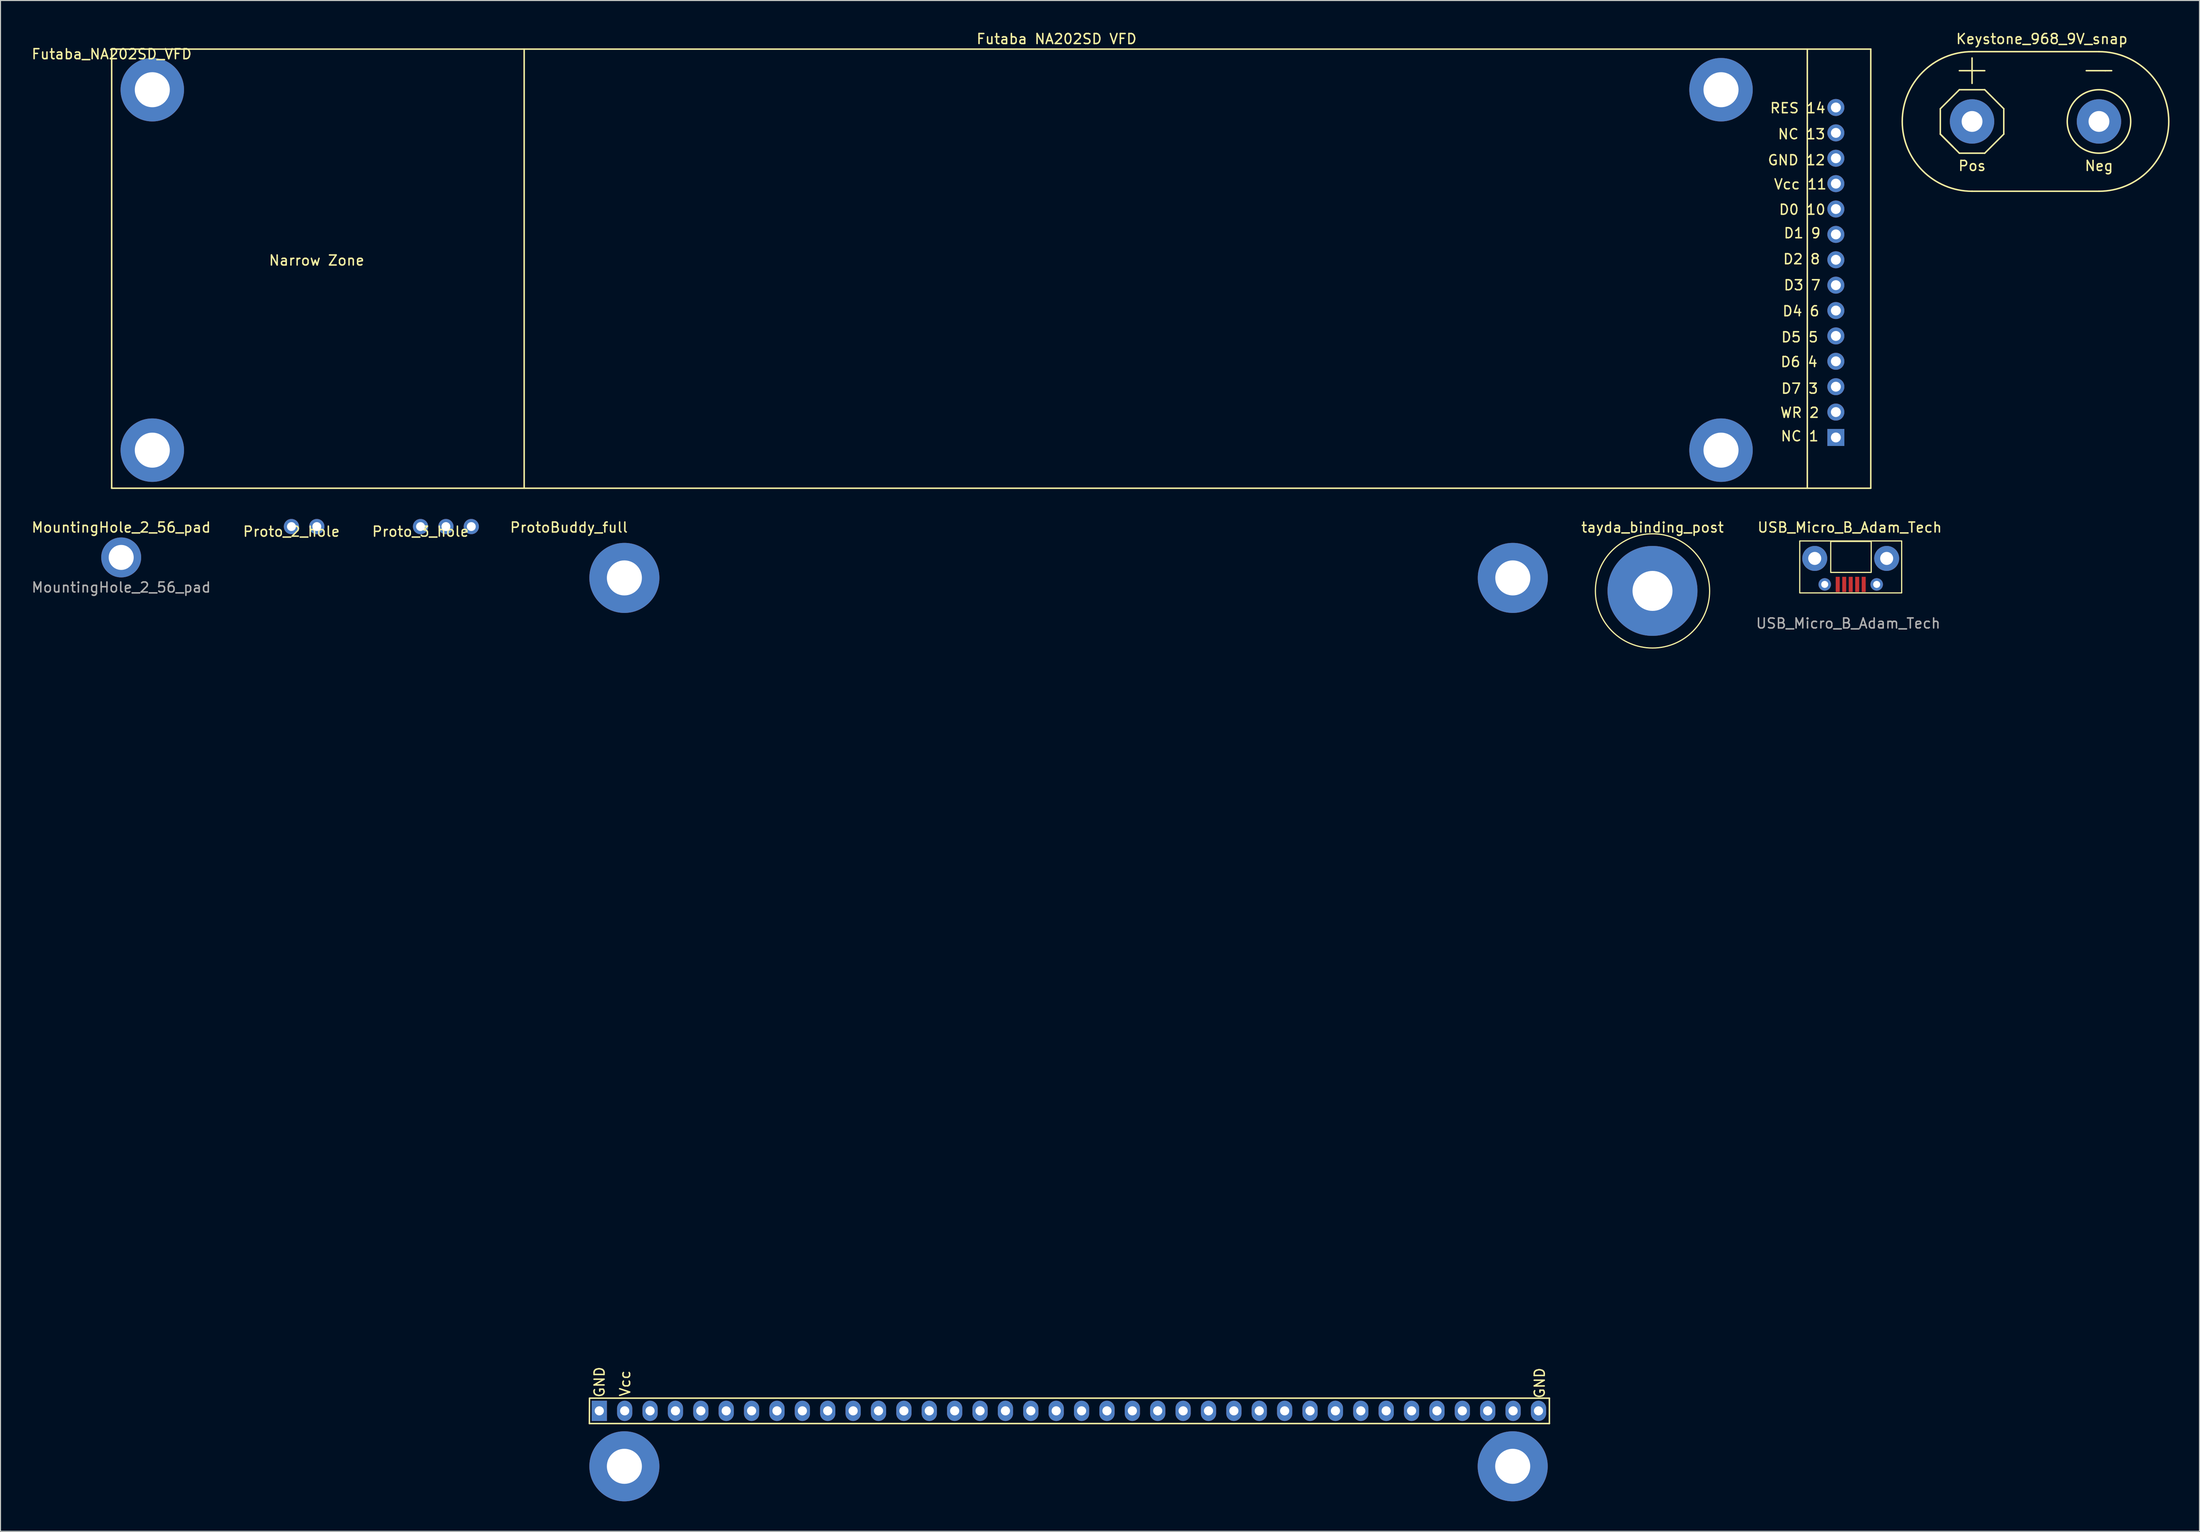
<source format=kicad_pcb>
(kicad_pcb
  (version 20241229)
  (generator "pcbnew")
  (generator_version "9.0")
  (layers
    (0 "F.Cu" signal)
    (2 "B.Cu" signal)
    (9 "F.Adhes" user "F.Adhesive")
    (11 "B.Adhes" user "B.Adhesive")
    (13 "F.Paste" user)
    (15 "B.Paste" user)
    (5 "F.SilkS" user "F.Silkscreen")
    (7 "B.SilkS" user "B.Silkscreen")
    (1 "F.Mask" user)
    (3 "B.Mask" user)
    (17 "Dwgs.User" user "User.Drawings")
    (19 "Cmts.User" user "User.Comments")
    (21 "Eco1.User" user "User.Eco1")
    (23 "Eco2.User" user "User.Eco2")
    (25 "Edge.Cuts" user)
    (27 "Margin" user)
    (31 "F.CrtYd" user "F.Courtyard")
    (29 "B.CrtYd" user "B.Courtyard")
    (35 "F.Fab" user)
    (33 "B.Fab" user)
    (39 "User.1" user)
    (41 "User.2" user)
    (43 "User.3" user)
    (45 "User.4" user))
  (footprint "Futaba_NA202SD_VFD"
    (layer "F.Cu")
    (at 180.655 40.726)
    (property "Reference" "Futaba_NA202SD_VFD" (at -172.53 -38.362 0) (layer "F.SilkS") (effects (font (size 1 1) (thickness 0.15))))
    (attr through_hole)
    (fp_line (start -172.53 -38.862) (end 3.493 -38.862) (stroke (width 0.15) (type solid)) (layer "F.SilkS"))
    (fp_line (start -172.53 5.08) (end -172.53 -38.862) (stroke (width 0.15) (type solid)) (layer "F.SilkS"))
    (fp_line (start -131.255 -38.862) (end -131.255 5.08) (stroke (width 0.15) (type solid)) (layer "F.SilkS"))
    (fp_line (start -2.857 -38.862) (end -2.857 5.08) (stroke (width 0.15) (type solid)) (layer "F.SilkS"))
    (fp_line (start 3.493 -38.862) (end 3.493 5.08) (stroke (width 0.15) (type solid)) (layer "F.SilkS"))
    (fp_line (start 3.493 5.08) (end -172.53 5.08) (stroke (width 0.15) (type solid)) (layer "F.SilkS"))
    (fp_text user "NC 1" (at -3.619 -0.127 0) (layer "F.SilkS") (effects (font (size 1 1) (thickness 0.15))))
    (fp_text user "D0 10" (at -3.365 -22.797 0) (layer "F.SilkS") (effects (font (size 1 1) (thickness 0.15))))
    (fp_text user "RES 14" (at -3.81 -32.956 0) (layer "F.SilkS") (effects (font (size 1 1) (thickness 0.15))))
    (fp_text user "WR 2" (at -3.619 -2.477 0) (layer "F.SilkS") (effects (font (size 1 1) (thickness 0.15))))
    (fp_text user "D3 7" (at -3.365 -15.24 0) (layer "F.SilkS") (effects (font (size 1 1) (thickness 0.15))))
    (fp_text user "D5 5" (at -3.619 -10.033 0) (layer "F.SilkS") (effects (font (size 1 1) (thickness 0.15))))
    (fp_text user "D2 8" (at -3.429 -17.843 0) (layer "F.SilkS") (effects (font (size 1 1) (thickness 0.15))))
    (fp_text user "NC 13" (at -3.429 -30.353 0) (layer "F.SilkS") (effects (font (size 1 1) (thickness 0.15))))
    (fp_text user "D7 3" (at -3.619 -4.889 0) (layer "F.SilkS") (effects (font (size 1 1) (thickness 0.15))))
    (fp_text user "GND 12" (at -3.937 -27.75 0) (layer "F.SilkS") (effects (font (size 1 1) (thickness 0.15))))
    (fp_text user "Vcc 11" (at -3.556 -25.337 0) (layer "F.SilkS") (effects (font (size 1 1) (thickness 0.15))))
    (fp_text user "Futaba NA202SD VFD" (at -77.978 -39.878 0) (layer "F.SilkS") (effects (font (size 1 1) (thickness 0.15))))
    (fp_text user "D4 6" (at -3.493 -12.636 0) (layer "F.SilkS") (effects (font (size 1 1) (thickness 0.15))))
    (fp_text user "D6 4" (at -3.683 -7.556 0) (layer "F.SilkS") (effects (font (size 1 1) (thickness 0.15))))
    (fp_text user "D1 9" (at -3.365 -20.447 0) (layer "F.SilkS") (effects (font (size 1 1) (thickness 0.15))))
    (fp_text user "Narrow Zone" (at -152.019 -17.716 0) (layer "F.SilkS") (effects (font (size 1 1) (thickness 0.15))))
    (pad "1" thru_hole rect (at 0 0) (size 1.702 1.702) (drill 0.991) (layers "*.Cu" "*.Mask"))
    (pad "2" thru_hole circle (at 0 -2.54) (size 1.702 1.702) (drill 0.991) (layers "*.Cu" "*.Mask"))
    (pad "3" thru_hole circle (at 0 -5.08) (size 1.702 1.702) (drill 0.991) (layers "*.Cu" "*.Mask"))
    (pad "4" thru_hole circle (at 0 -7.62) (size 1.702 1.702) (drill 0.991) (layers "*.Cu" "*.Mask"))
    (pad "5" thru_hole circle (at 0 -10.16) (size 1.702 1.702) (drill 0.991) (layers "*.Cu" "*.Mask"))
    (pad "6" thru_hole circle (at 0 -12.7) (size 1.702 1.702) (drill 0.991) (layers "*.Cu" "*.Mask"))
    (pad "7" thru_hole circle (at 0 -15.24) (size 1.702 1.702) (drill 0.991) (layers "*.Cu" "*.Mask"))
    (pad "8" thru_hole circle (at 0 -17.78) (size 1.702 1.702) (drill 0.991) (layers "*.Cu" "*.Mask"))
    (pad "9" thru_hole circle (at 0 -20.32) (size 1.702 1.702) (drill 0.991) (layers "*.Cu" "*.Mask"))
    (pad "10" thru_hole circle (at 0 -22.86) (size 1.702 1.702) (drill 0.991) (layers "*.Cu" "*.Mask"))
    (pad "11" thru_hole circle (at 0 -25.4) (size 1.702 1.702) (drill 0.991) (layers "*.Cu" "*.Mask"))
    (pad "12" thru_hole circle (at 0 -27.94) (size 1.702 1.702) (drill 0.991) (layers "*.Cu" "*.Mask"))
    (pad "13" thru_hole circle (at 0 -30.48) (size 1.702 1.702) (drill 0.991) (layers "*.Cu" "*.Mask"))
    (pad "14" thru_hole circle (at 0 -33.02) (size 1.702 1.702) (drill 0.991) (layers "*.Cu" "*.Mask"))
    (pad "15" thru_hole circle (at -168.465 -34.798) (size 6.35 6.35) (drill 3.505) (layers "*.Cu" "*.Mask"))
    (pad "16" thru_hole circle (at -11.493 -34.798) (size 6.35 6.35) (drill 3.505) (layers "*.Cu" "*.Mask"))
    (pad "17" thru_hole circle (at -11.493 1.27) (size 6.35 6.35) (drill 3.505) (layers "*.Cu" "*.Mask"))
    (pad "18" thru_hole circle (at -168.465 1.27) (size 6.35 6.35) (drill 3.505) (layers "*.Cu" "*.Mask")))
  (footprint "Proto_3_hole"
    (layer "F.Cu")
    (at 39.03 49.643)
    (property "Reference" "Proto_3_hole" (at 0 0.5 0) (layer "F.SilkS") (effects (font (size 1 1) (thickness 0.15))))
    (attr through_hole)
    (pad "1" thru_hole circle (at 0 0) (size 1.524 1.524) (drill 0.889) (layers "*.Cu" "*.Mask"))
    (pad "2" thru_hole circle (at 2.54 0) (size 1.524 1.524) (drill 0.889) (layers "*.Cu" "*.Mask"))
    (pad "3" thru_hole circle (at 5.08 0) (size 1.524 1.524) (drill 0.889) (layers "*.Cu" "*.Mask")))
  (footprint "ProtoBuddy_full"
    (layer "F.Cu")
    (at 53.878 49.23)
    (property "Reference" "ProtoBuddy_full" (at 0 0.5 0) (layer "F.SilkS") (effects (font (size 1 1) (thickness 0.15))))
    (attr through_hole)
    (fp_line (start 2.05 90.17) (end 2.06 87.63) (stroke (width 0.15) (type solid)) (layer "F.SilkS"))
    (fp_line (start 2.11 87.63) (end 98.11 87.63) (stroke (width 0.15) (type solid)) (layer "F.SilkS"))
    (fp_line (start 98.11 87.63) (end 98.11 90.17) (stroke (width 0.15) (type solid)) (layer "F.SilkS"))
    (fp_line (start 98.11 90.17) (end 2.05 90.17) (stroke (width 0.15) (type solid)) (layer "F.SilkS"))
    (fp_text user "GND" (at 97.14 86.12 90) (layer "F.SilkS") (effects (font (size 1 1) (thickness 0.15))))
    (fp_text user "GND" (at 3.06 86.02 90) (layer "F.SilkS") (effects (font (size 1 1) (thickness 0.15))))
    (fp_text user "Vcc" (at 5.62 86.16 90) (layer "F.SilkS") (effects (font (size 1 1) (thickness 0.15))))
    (pad "1" thru_hole rect (at 3.04 88.9) (size 1.524 2.032) (drill 0.914) (layers "*.Cu" "*.Mask"))
    (pad "2" thru_hole oval (at 5.58 88.9) (size 1.524 2.032) (drill 0.914) (layers "*.Cu" "*.Mask"))
    (pad "3" thru_hole oval (at 8.12 88.9) (size 1.524 2.032) (drill 0.914) (layers "*.Cu" "*.Mask"))
    (pad "4" thru_hole oval (at 10.66 88.9) (size 1.524 2.032) (drill 0.914) (layers "*.Cu" "*.Mask"))
    (pad "5" thru_hole oval (at 13.2 88.9) (size 1.524 2.032) (drill 0.914) (layers "*.Cu" "*.Mask"))
    (pad "6" thru_hole oval (at 15.74 88.9) (size 1.524 2.032) (drill 0.914) (layers "*.Cu" "*.Mask"))
    (pad "7" thru_hole oval (at 18.28 88.9) (size 1.524 2.032) (drill 0.914) (layers "*.Cu" "*.Mask"))
    (pad "8" thru_hole oval (at 20.82 88.9) (size 1.524 2.032) (drill 0.914) (layers "*.Cu" "*.Mask"))
    (pad "9" thru_hole oval (at 23.36 88.9) (size 1.524 2.032) (drill 0.914) (layers "*.Cu" "*.Mask"))
    (pad "10" thru_hole oval (at 25.9 88.9) (size 1.524 2.032) (drill 0.914) (layers "*.Cu" "*.Mask"))
    (pad "11" thru_hole oval (at 28.44 88.9) (size 1.524 2.032) (drill 0.914) (layers "*.Cu" "*.Mask"))
    (pad "12" thru_hole oval (at 30.98 88.9) (size 1.524 2.032) (drill 0.914) (layers "*.Cu" "*.Mask"))
    (pad "13" thru_hole oval (at 33.52 88.9) (size 1.524 2.032) (drill 0.914) (layers "*.Cu" "*.Mask"))
    (pad "14" thru_hole oval (at 36.06 88.9) (size 1.524 2.032) (drill 0.914) (layers "*.Cu" "*.Mask"))
    (pad "15" thru_hole oval (at 38.6 88.9) (size 1.524 2.032) (drill 0.914) (layers "*.Cu" "*.Mask"))
    (pad "16" thru_hole oval (at 41.14 88.9) (size 1.524 2.032) (drill 0.914) (layers "*.Cu" "*.Mask"))
    (pad "17" thru_hole oval (at 43.68 88.9) (size 1.524 2.032) (drill 0.914) (layers "*.Cu" "*.Mask"))
    (pad "18" thru_hole oval (at 46.22 88.9) (size 1.524 2.032) (drill 0.914) (layers "*.Cu" "*.Mask"))
    (pad "19" thru_hole oval (at 48.76 88.9) (size 1.524 2.032) (drill 0.914) (layers "*.Cu" "*.Mask"))
    (pad "20" thru_hole oval (at 51.3 88.9) (size 1.524 2.032) (drill 0.914) (layers "*.Cu" "*.Mask"))
    (pad "21" thru_hole oval (at 53.84 88.9) (size 1.524 2.032) (drill 0.914) (layers "*.Cu" "*.Mask"))
    (pad "22" thru_hole oval (at 56.38 88.9) (size 1.524 2.032) (drill 0.914) (layers "*.Cu" "*.Mask"))
    (pad "23" thru_hole oval (at 58.92 88.9) (size 1.524 2.032) (drill 0.914) (layers "*.Cu" "*.Mask"))
    (pad "24" thru_hole oval (at 61.46 88.9) (size 1.524 2.032) (drill 0.914) (layers "*.Cu" "*.Mask"))
    (pad "25" thru_hole oval (at 64 88.9) (size 1.524 2.032) (drill 0.914) (layers "*.Cu" "*.Mask"))
    (pad "26" thru_hole oval (at 66.54 88.9) (size 1.524 2.032) (drill 0.914) (layers "*.Cu" "*.Mask"))
    (pad "27" thru_hole oval (at 69.08 88.9) (size 1.524 2.032) (drill 0.914) (layers "*.Cu" "*.Mask"))
    (pad "28" thru_hole oval (at 71.62 88.9) (size 1.524 2.032) (drill 0.914) (layers "*.Cu" "*.Mask"))
    (pad "29" thru_hole oval (at 74.16 88.9) (size 1.524 2.032) (drill 0.914) (layers "*.Cu" "*.Mask"))
    (pad "30" thru_hole oval (at 76.7 88.9) (size 1.524 2.032) (drill 0.914) (layers "*.Cu" "*.Mask"))
    (pad "31" thru_hole oval (at 79.24 88.9) (size 1.524 2.032) (drill 0.914) (layers "*.Cu" "*.Mask"))
    (pad "32" thru_hole oval (at 81.78 88.9) (size 1.524 2.032) (drill 0.914) (layers "*.Cu" "*.Mask"))
    (pad "33" thru_hole oval (at 84.32 88.9) (size 1.524 2.032) (drill 0.914) (layers "*.Cu" "*.Mask"))
    (pad "34" thru_hole oval (at 86.86 88.9) (size 1.524 2.032) (drill 0.914) (layers "*.Cu" "*.Mask"))
    (pad "35" thru_hole oval (at 89.4 88.9) (size 1.524 2.032) (drill 0.914) (layers "*.Cu" "*.Mask"))
    (pad "36" thru_hole oval (at 91.94 88.9) (size 1.524 2.032) (drill 0.914) (layers "*.Cu" "*.Mask"))
    (pad "37" thru_hole oval (at 94.48 88.9) (size 1.524 2.032) (drill 0.914) (layers "*.Cu" "*.Mask"))
    (pad "38" thru_hole oval (at 97.02 88.9) (size 1.524 2.032) (drill 0.914) (layers "*.Cu" "*.Mask"))
    (pad "39" thru_hole circle (at 5.55 5.55) (size 7.01 7.01) (drill 3.505) (layers "*.Cu" "*.Mask"))
    (pad "40" thru_hole circle (at 94.45 5.55) (size 7.01 7.01) (drill 3.505) (layers "*.Cu" "*.Mask"))
    (pad "41" thru_hole circle (at 94.44 94.45) (size 7.01 7.01) (drill 3.505) (layers "*.Cu" "*.Mask"))
    (pad "42" thru_hole circle (at 5.55 94.45) (size 7.01 7.01) (drill 3.505) (layers "*.Cu" "*.Mask")))
  (footprint "tayda_binding_post"
    (layer "F.Cu")
    (at 162.307 56.08)
    (property "Reference" "tayda_binding_post" (at 0 -6.35 0) (layer "F.SilkS") (effects (font (size 1 1) (thickness 0.15))))
    (attr through_hole)
    (fp_circle (center 0 0) (end 5.715 0) (stroke (width 0.12) (type solid)) (fill no) (layer "F.SilkS"))
    (pad "1" thru_hole circle (at 0 0) (size 9 9) (drill 4) (layers "*.Cu" "*.Mask")))
  (footprint "Proto_2_hole"
    (layer "F.Cu")
    (at 26.113 49.643)
    (property "Reference" "Proto_2_hole" (at 0 0.5 0) (layer "F.SilkS") (effects (font (size 1 1) (thickness 0.15))))
    (attr through_hole)
    (pad "1" thru_hole circle (at 0 0) (size 1.524 1.524) (drill 0.889) (layers "*.Cu" "*.Mask"))
    (pad "2" thru_hole circle (at 2.54 0) (size 1.524 1.524) (drill 0.889) (layers "*.Cu" "*.Mask")))
  (footprint "MountingHole_2_56_pad"
    (layer "F.Cu")
    (at 9.077 52.73)
    (property "Reference" "MountingHole_2_56_pad" (at 0 -3 0) (unlocked yes) (layer "F.SilkS") (effects (font (size 1 1) (thickness 0.15))))
    (attr through_hole)
    (fp_text user "${REFERENCE}" (at 0 3 0) (unlocked yes) (layer "F.Fab") (effects (font (size 1 1) (thickness 0.15))))
    (pad "1" thru_hole circle (at 0 0) (size 4 4) (drill 2.5) (layers "*.Cu" "*.Mask")))
  (footprint "USB_Micro_B_Adam_Tech"
    (layer "F.Cu")
    (at 180.84 56.08)
    (property "Reference" "USB_Micro_B_Adam_Tech" (at 1.2 -6.35 0) (unlocked yes) (layer "F.SilkS") (effects (font (size 1 1) (thickness 0.15))))
    (attr smd)
    (fp_rect (start -3.8 -5) (end 6.4 0.2) (stroke (width 0.12) (type solid)) (fill no) (layer "F.SilkS"))
    (fp_rect (start -0.7 -4.95) (end 3.35 -1.85) (stroke (width 0.12) (type solid)) (fill no) (layer "F.SilkS"))
    (fp_text user "${REFERENCE}" (at 1.05 3.25 0) (unlocked yes) (layer "F.Fab") (effects (font (size 1 1) (thickness 0.15))))
    (pad "1" smd rect (at 0 -0.65) (size 0.4 1.524) (layers "F.Cu" "F.Mask" "F.Paste"))
    (pad "2" smd rect (at 0.65 -0.65) (size 0.4 1.524) (layers "F.Cu" "F.Mask" "F.Paste"))
    (pad "3" smd rect (at 1.3 -0.65) (size 0.4 1.524) (layers "F.Cu" "F.Mask" "F.Paste"))
    (pad "4" smd rect (at 1.95 -0.65) (size 0.4 1.524) (layers "F.Cu" "F.Mask" "F.Paste"))
    (pad "5" smd rect (at 2.6 -0.65) (size 0.4 1.524) (layers "F.Cu" "F.Mask" "F.Paste"))
    (pad "6" thru_hole circle (at -2.3 -3.25) (size 2.5 2.5) (drill 1.3) (layers "*.Cu" "*.Mask"))
    (pad "6" thru_hole circle (at -1.3 -0.65) (size 1.25 1.25) (drill 0.7) (layers "*.Cu" "*.Mask"))
    (pad "6" thru_hole circle (at 3.9 -0.65) (size 1.25 1.25) (drill 0.7) (layers "*.Cu" "*.Mask"))
    (pad "6" thru_hole circle (at 4.9 -3.25) (size 2.5 2.5) (drill 1.3) (layers "*.Cu" "*.Mask")))
  (footprint "Keystone_968_9V_snap"
    (layer "F.Cu")
    (at 194.282 9.103)
    (property "Reference" "Keystone_968_9V_snap" (at 6.985 -8.255 0) (layer "F.SilkS") (effects (font (size 1 1) (thickness 0.15))))
    (attr through_hole)
    (fp_line (start -3.175 -1.27) (end -1.27 -3.175) (stroke (width 0.15) (type solid)) (layer "F.SilkS"))
    (fp_line (start -3.175 1.27) (end -3.175 -1.27) (stroke (width 0.15) (type solid)) (layer "F.SilkS"))
    (fp_line (start -3.175 1.27) (end -1.27 3.175) (stroke (width 0.15) (type solid)) (layer "F.SilkS"))
    (fp_line (start -1.905 2.54) (end -3.175 1.27) (stroke (width 0.15) (type solid)) (layer "F.SilkS"))
    (fp_line (start -1.27 -5.08) (end 1.27 -5.08) (stroke (width 0.15) (type solid)) (layer "F.SilkS"))
    (fp_line (start -1.27 -3.175) (end 1.27 -3.175) (stroke (width 0.15) (type solid)) (layer "F.SilkS"))
    (fp_line (start -1.27 3.175) (end 1.27 3.175) (stroke (width 0.15) (type solid)) (layer "F.SilkS"))
    (fp_line (start 0 -6.985) (end 12.7 -6.985) (stroke (width 0.15) (type solid)) (layer "F.SilkS"))
    (fp_line (start 0 -6.35) (end 0 -3.81) (stroke (width 0.15) (type solid)) (layer "F.SilkS"))
    (fp_line (start 0 6.985) (end 12.7 6.985) (stroke (width 0.15) (type solid)) (layer "F.SilkS"))
    (fp_line (start 1.27 -3.175) (end 3.175 -1.27) (stroke (width 0.15) (type solid)) (layer "F.SilkS"))
    (fp_line (start 1.27 3.175) (end 3.175 1.27) (stroke (width 0.15) (type solid)) (layer "F.SilkS"))
    (fp_line (start 3.175 -1.27) (end 3.175 1.27) (stroke (width 0.15) (type solid)) (layer "F.SilkS"))
    (fp_line (start 11.43 -5.08) (end 13.335 -5.08) (stroke (width 0.15) (type solid)) (layer "F.SilkS"))
    (fp_line (start 13.335 -5.08) (end 13.97 -5.08) (stroke (width 0.15) (type solid)) (layer "F.SilkS"))
    (fp_arc (start 0 6.985) (mid -6.985 0) (end 0 -6.985) (stroke (width 0.15) (type solid)) (layer "F.SilkS"))
    (fp_arc (start 12.7 -6.985) (mid 19.685 0) (end 12.7 6.985) (stroke (width 0.15) (type solid)) (layer "F.SilkS"))
    (fp_circle (center 12.7 0) (end 15.875 0) (stroke (width 0.15) (type solid)) (fill no) (layer "F.SilkS"))
    (fp_text user "Neg" (at 12.7 4.445 0) (layer "F.SilkS") (effects (font (size 1 1) (thickness 0.15))))
    (fp_text user "Pos" (at 0 4.445 0) (layer "F.SilkS") (effects (font (size 1 1) (thickness 0.15))))
    (pad "1" thru_hole circle (at 0 0) (size 4.445 4.445) (drill 2.083) (layers "*.Cu" "*.Mask"))
    (pad "2" thru_hole circle (at 12.7 0) (size 4.445 4.445) (drill 2.083) (layers "*.Cu" "*.Mask")))
  (gr_rect
    (start -3 -3)
    (end 217.042 150.185)
    (stroke (width 0.1) (type default))
    (fill no)
    (layer "Edge.Cuts")))
</source>
